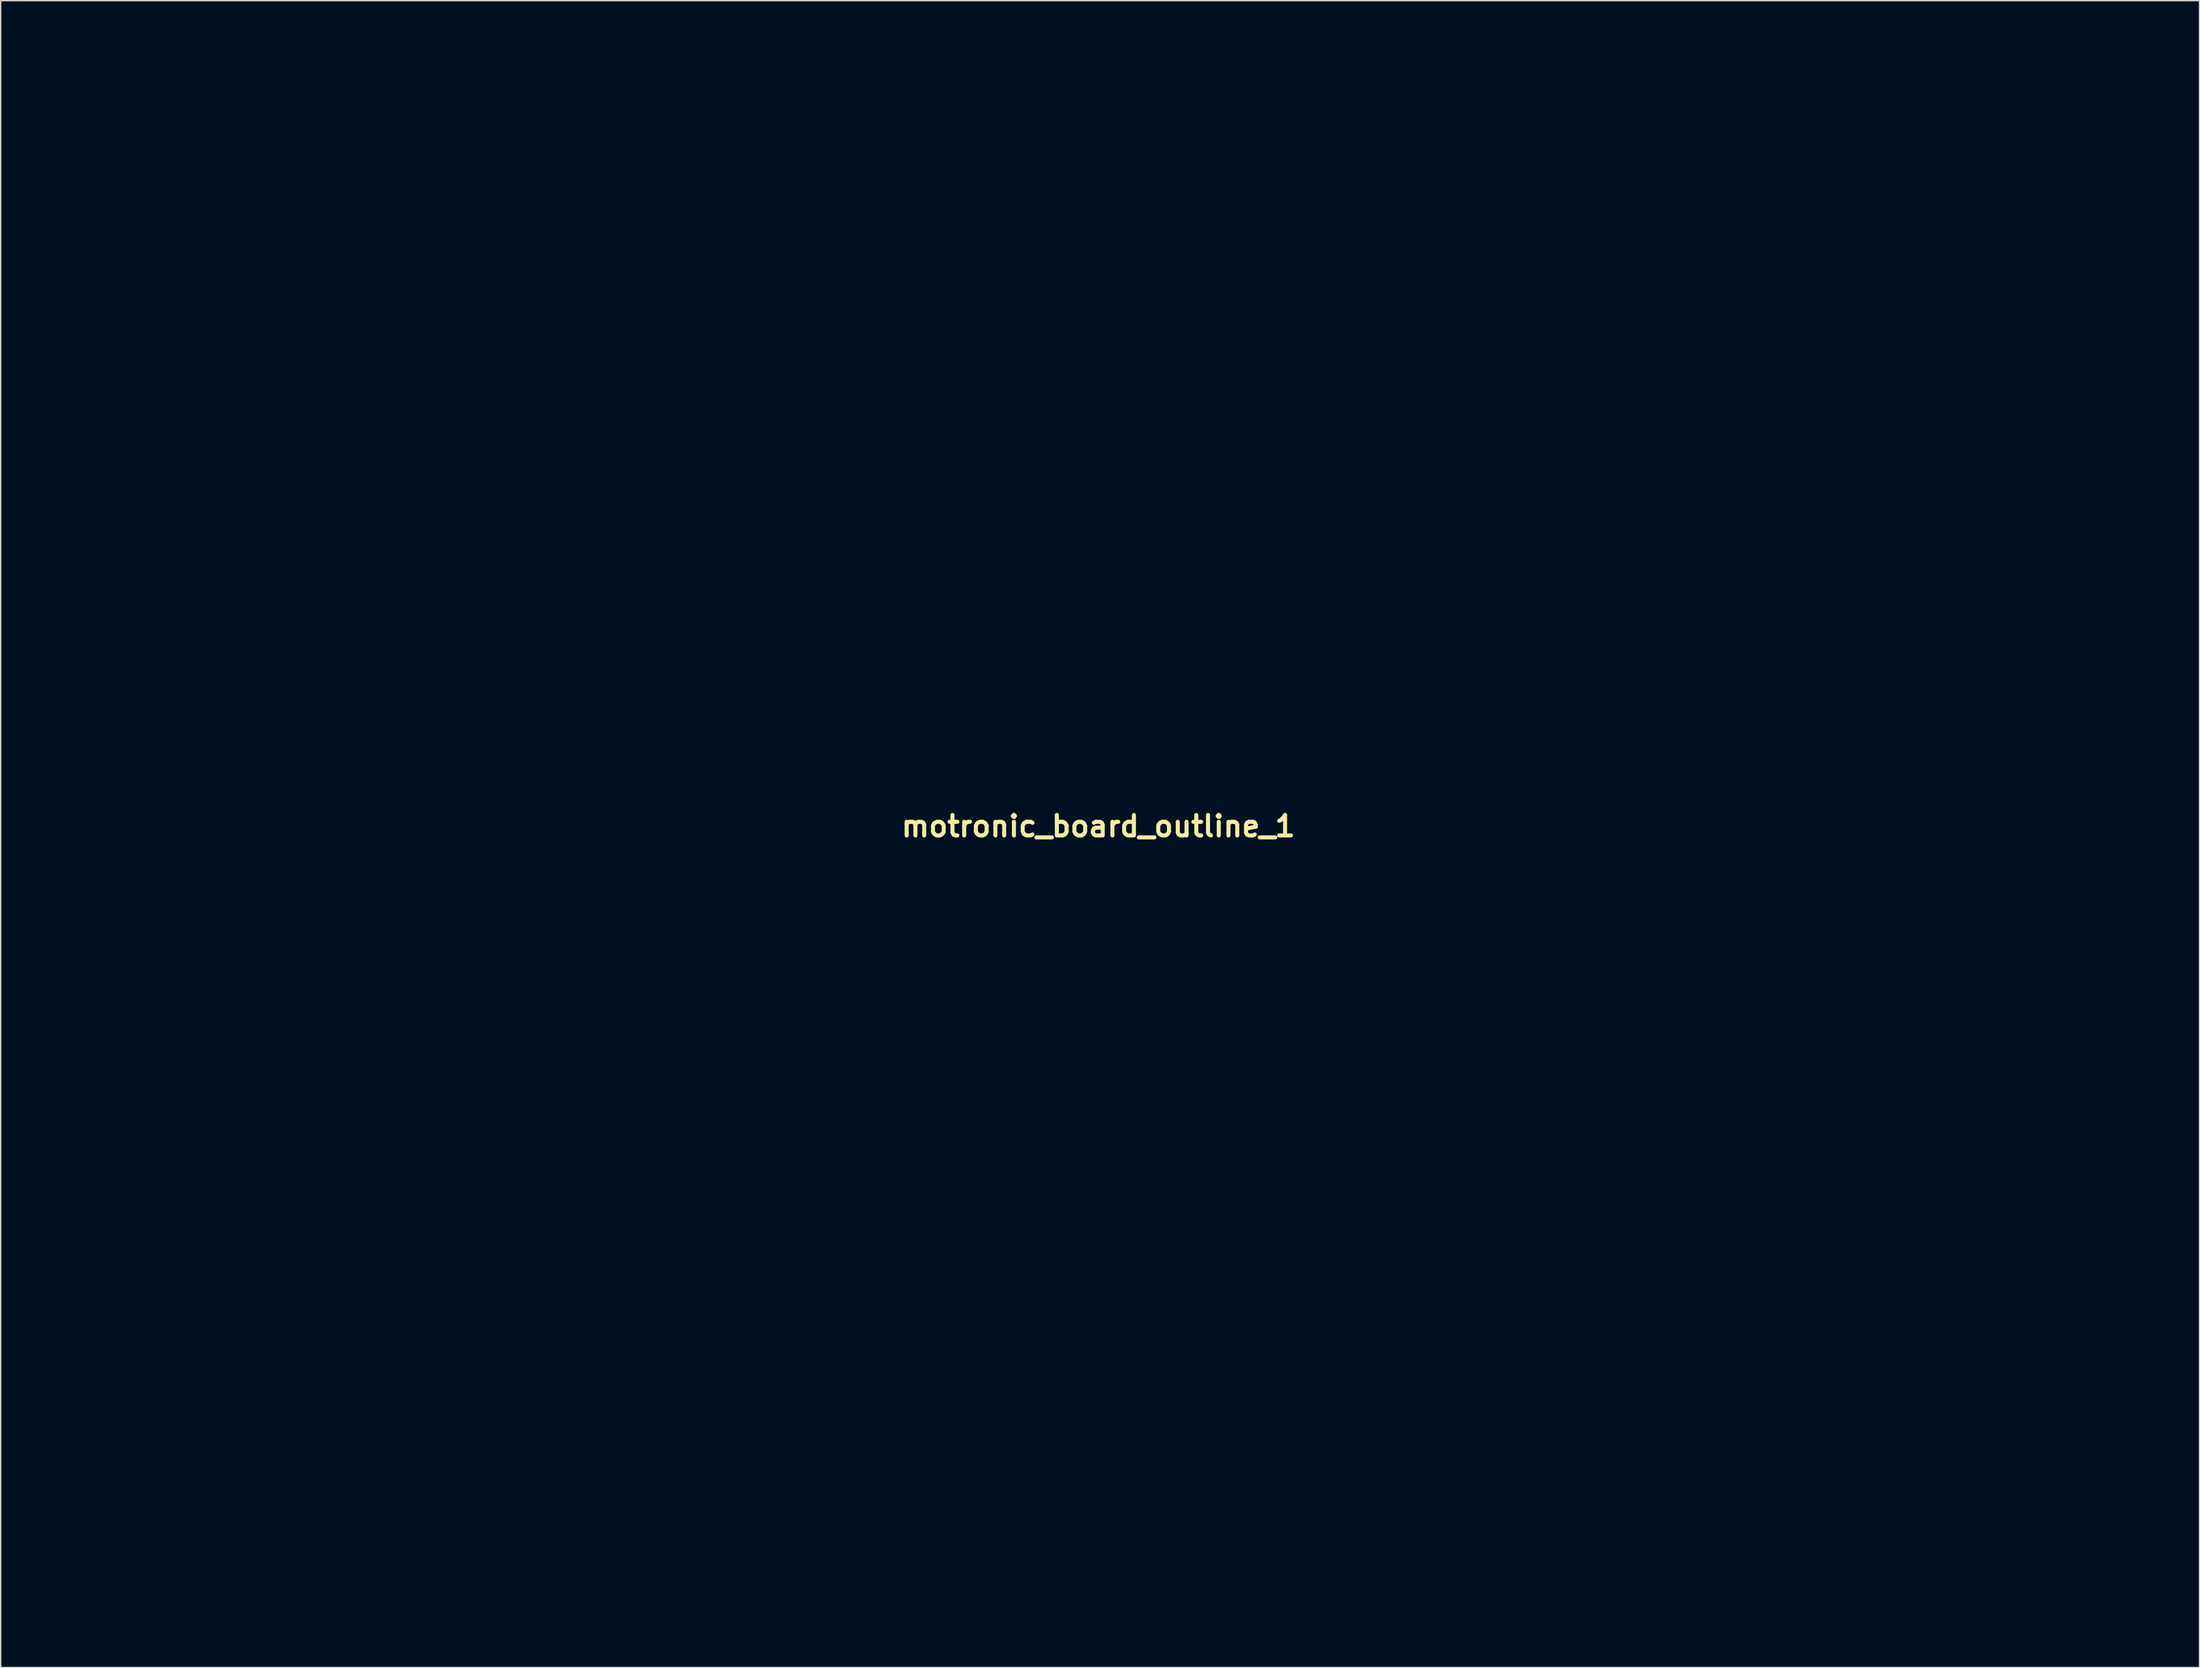
<source format=kicad_pcb>
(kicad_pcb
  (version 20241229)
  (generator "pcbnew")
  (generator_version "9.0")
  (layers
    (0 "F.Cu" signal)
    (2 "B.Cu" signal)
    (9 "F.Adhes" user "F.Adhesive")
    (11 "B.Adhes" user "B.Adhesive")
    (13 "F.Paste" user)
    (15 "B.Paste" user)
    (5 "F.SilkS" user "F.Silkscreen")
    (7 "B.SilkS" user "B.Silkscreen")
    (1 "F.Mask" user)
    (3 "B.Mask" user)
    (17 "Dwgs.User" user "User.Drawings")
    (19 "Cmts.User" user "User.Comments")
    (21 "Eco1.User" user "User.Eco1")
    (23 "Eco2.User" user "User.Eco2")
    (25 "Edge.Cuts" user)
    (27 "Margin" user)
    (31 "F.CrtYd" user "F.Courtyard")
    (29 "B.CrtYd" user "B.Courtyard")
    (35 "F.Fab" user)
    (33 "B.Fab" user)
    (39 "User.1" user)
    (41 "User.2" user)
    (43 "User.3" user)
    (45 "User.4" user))
  (footprint "motronic_board_outline_1"
    (layer "F.Cu")
    (at 78.674 58.449)
    (property "Reference" "motronic_board_outline_1" (at 0 0 0) (layer "F.SilkS") (effects (font (size 1.524 1.524) (thickness 0.3))))
    (attr through_hole)
    (fp_poly (pts (xy 69.262 -52.035) (xy 69.203 -51.976) (xy 69.144 -52.035) (xy 69.203 -52.094) (xy 69.262 -52.035)) (stroke (width 0.01) (type solid)) (fill no) (layer "Eco1.User"))
    (fp_poly (pts (xy 72.79 -50.859) (xy 72.731 -50.8) (xy 72.672 -50.859) (xy 72.731 -50.918) (xy 72.79 -50.859)) (stroke (width 0.01) (type solid)) (fill no) (layer "Eco1.User"))
    (fp_poly (pts (xy 65.188 2.455) (xy 65.205 2.469) (xy 65.351 2.61) (xy 65.381 2.66) (xy 65.285 2.7) (xy 65.205 2.705) (xy 65.053 2.609) (xy 65.029 2.514) (xy 65.06 2.389) (xy 65.188 2.455)) (stroke (width 0.01) (type solid)) (fill no) (layer "Eco1.User"))
    (fp_poly (pts (xy 70.058 -51.218) (xy 70.203 -51.094) (xy 70.376 -50.924) (xy 70.438 -50.841) (xy 70.339 -50.808) (xy 70.203 -50.8) (xy 70.009 -50.88) (xy 69.968 -51.053) (xy 69.98 -51.225) (xy 70.058 -51.218)) (stroke (width 0.01) (type solid)) (fill no) (layer "Eco1.User"))
    (fp_poly (pts (xy -14.229 50.029) (xy -14.331 50.427) (xy -14.605 50.701) (xy -14.993 50.8) (xy -15.274 50.734) (xy -15.496 50.617) (xy -15.705 50.359) (xy -15.757 50.029) (xy -15.757 49.624) (xy -14.229 49.624) (xy -14.229 50.029)) (stroke (width 0.01) (type solid)) (fill no) (layer "Eco1.User"))
    (fp_poly (pts (xy 4.939 50.029) (xy 4.837 50.427) (xy 4.562 50.701) (xy 4.175 50.8) (xy 3.894 50.734) (xy 3.672 50.617) (xy 3.463 50.359) (xy 3.41 50.029) (xy 3.41 49.624) (xy 4.939 49.624) (xy 4.939 50.029)) (stroke (width 0.01) (type solid)) (fill no) (layer "Eco1.User"))
    (fp_poly (pts (xy -4.586 49.977) (xy -4.666 50.322) (xy -4.821 50.565) (xy -5.118 50.742) (xy -5.409 50.8) (xy -5.755 50.72) (xy -5.997 50.565) (xy -6.174 50.268) (xy -6.232 49.977) (xy -6.232 49.624) (xy -4.586 49.624) (xy -4.586 49.977)) (stroke (width 0.01) (type solid)) (fill no) (layer "Eco1.User"))
    (fp_poly (pts (xy 7.82 49.65) (xy 8.099 49.741) (xy 8.2 49.915) (xy 8.151 50.183) (xy 7.912 50.573) (xy 7.567 50.774) (xy 7.164 50.769) (xy 6.847 50.617) (xy 6.638 50.359) (xy 6.585 50.029) (xy 6.585 49.624) (xy 7.337 49.624) (xy 7.82 49.65)) (stroke (width 0.01) (type solid)) (fill no) (layer "Eco1.User"))
    (fp_poly (pts (xy -17.404 50.029) (xy -17.475 50.403) (xy -17.665 50.617) (xy -18.038 50.774) (xy -18.415 50.77) (xy -18.709 50.606) (xy -18.72 50.594) (xy -18.951 50.22) (xy -18.996 49.877) (xy -18.975 49.8) (xy -18.865 49.696) (xy -18.606 49.641) (xy -18.157 49.624) (xy -17.404 49.624) (xy -17.404 50.029)) (stroke (width 0.01) (type solid)) (fill no) (layer "Eco1.User"))
    (fp_poly (pts (xy -16.189 50.621) (xy -15.912 50.868) (xy -15.776 51.203) (xy -15.807 51.567) (xy -15.993 51.858) (xy -16.319 52.051) (xy -16.7 52.094) (xy -17.048 51.989) (xy -17.221 51.832) (xy -17.381 51.437) (xy -17.347 51.053) (xy -17.145 50.74) (xy -16.803 50.553) (xy -16.581 50.526) (xy -16.189 50.621)) (stroke (width 0.01) (type solid)) (fill no) (layer "Eco1.User"))
    (fp_poly (pts (xy -16.123 43.841) (xy -15.853 44.112) (xy -15.757 44.529) (xy -15.856 44.919) (xy -16.137 45.174) (xy -16.574 45.273) (xy -16.613 45.273) (xy -16.985 45.212) (xy -17.221 45.012) (xy -17.384 44.613) (xy -17.342 44.238) (xy -17.123 43.938) (xy -16.755 43.766) (xy -16.54 43.744) (xy -16.123 43.841)) (stroke (width 0.01) (type solid)) (fill no) (layer "Eco1.User"))
    (fp_poly (pts (xy -13.004 50.621) (xy -12.717 50.873) (xy -12.591 51.226) (xy -12.653 51.628) (xy -12.765 51.832) (xy -13.038 52.038) (xy -13.406 52.096) (xy -13.78 52.007) (xy -13.994 51.858) (xy -14.191 51.522) (xy -14.199 51.157) (xy -14.045 50.827) (xy -13.755 50.597) (xy -13.425 50.526) (xy -13.004 50.621)) (stroke (width 0.01) (type solid)) (fill no) (layer "Eco1.User"))
    (fp_poly (pts (xy 6.164 50.623) (xy 6.442 50.878) (xy 6.567 51.232) (xy 6.512 51.629) (xy 6.402 51.832) (xy 6.13 52.038) (xy 5.761 52.096) (xy 5.388 52.007) (xy 5.174 51.858) (xy 4.974 51.521) (xy 4.966 51.157) (xy 5.122 50.83) (xy 5.415 50.599) (xy 5.762 50.526) (xy 6.164 50.623)) (stroke (width 0.01) (type solid)) (fill no) (layer "Eco1.User"))
    (fp_poly (pts (xy 9.339 50.621) (xy 9.626 50.873) (xy 9.752 51.226) (xy 9.689 51.628) (xy 9.577 51.832) (xy 9.305 52.038) (xy 8.936 52.096) (xy 8.563 52.007) (xy 8.349 51.858) (xy 8.152 51.522) (xy 8.144 51.157) (xy 8.298 50.827) (xy 8.587 50.597) (xy 8.917 50.526) (xy 9.339 50.621)) (stroke (width 0.01) (type solid)) (fill no) (layer "Eco1.User"))
    (fp_poly (pts (xy 17.756 49.971) (xy 17.66 50.374) (xy 17.411 50.652) (xy 17.07 50.783) (xy 16.696 50.744) (xy 16.356 50.518) (xy 16.161 50.203) (xy 16.13 49.959) (xy 16.17 49.811) (xy 16.276 49.724) (xy 16.5 49.677) (xy 16.899 49.651) (xy 16.963 49.648) (xy 17.756 49.613) (xy 17.756 49.971)) (stroke (width 0.01) (type solid)) (fill no) (layer "Eco1.User"))
    (fp_poly (pts (xy 18.96 43.837) (xy 19.256 44.081) (xy 19.388 44.425) (xy 19.327 44.819) (xy 19.22 45.012) (xy 18.954 45.209) (xy 18.586 45.281) (xy 18.212 45.223) (xy 17.951 45.058) (xy 17.768 44.709) (xy 17.775 44.34) (xy 17.944 44.014) (xy 18.245 43.797) (xy 18.528 43.744) (xy 18.96 43.837)) (stroke (width 0.01) (type solid)) (fill no) (layer "Eco1.User"))
    (fp_poly (pts (xy 25.35 43.841) (xy 25.616 44.089) (xy 25.752 44.422) (xy 25.732 44.776) (xy 25.538 45.079) (xy 25.217 45.242) (xy 24.831 45.271) (xy 24.478 45.171) (xy 24.29 45.012) (xy 24.125 44.613) (xy 24.167 44.238) (xy 24.387 43.939) (xy 24.757 43.767) (xy 24.982 43.744) (xy 25.35 43.841)) (stroke (width 0.01) (type solid)) (fill no) (layer "Eco1.User"))
    (fp_poly (pts (xy 47.73 43.841) (xy 48 44.112) (xy 48.095 44.529) (xy 47.997 44.919) (xy 47.716 45.174) (xy 47.279 45.273) (xy 47.24 45.273) (xy 46.868 45.212) (xy 46.632 45.012) (xy 46.469 44.613) (xy 46.511 44.238) (xy 46.73 43.938) (xy 47.098 43.766) (xy 47.313 43.744) (xy 47.73 43.841)) (stroke (width 0.01) (type solid)) (fill no) (layer "Eco1.User"))
    (fp_poly (pts (xy -50.591 49.899) (xy -50.261 50.122) (xy -50.214 50.178) (xy -50.035 50.565) (xy -50.083 50.954) (xy -50.348 51.3) (xy -50.69 51.483) (xy -51.051 51.442) (xy -51.212 51.365) (xy -51.483 51.158) (xy -51.602 50.887) (xy -51.621 50.612) (xy -51.528 50.231) (xy -51.285 49.973) (xy -50.952 49.856) (xy -50.591 49.899)) (stroke (width 0.01) (type solid)) (fill no) (layer "Eco1.User"))
    (fp_poly (pts (xy -47.9 50.003) (xy -47.82 50.074) (xy -47.644 50.414) (xy -47.641 50.794) (xy -47.782 51.147) (xy -48.042 51.406) (xy -48.389 51.506) (xy -48.694 51.424) (xy -48.919 51.27) (xy -49.103 50.949) (xy -49.148 50.559) (xy -49.052 50.2) (xy -48.939 50.054) (xy -48.616 49.893) (xy -48.234 49.877) (xy -47.9 50.003)) (stroke (width 0.01) (type solid)) (fill no) (layer "Eco1.User"))
    (fp_poly (pts (xy -45.515 49.958) (xy -45.251 50.233) (xy -45.156 50.655) (xy -45.156 50.658) (xy -45.252 51.067) (xy -45.501 51.35) (xy -45.846 51.478) (xy -46.228 51.424) (xy -46.456 51.289) (xy -46.684 50.977) (xy -46.73 50.616) (xy -46.616 50.269) (xy -46.367 49.997) (xy -46.005 49.864) (xy -45.92 49.859) (xy -45.515 49.958)) (stroke (width 0.01) (type solid)) (fill no) (layer "Eco1.User"))
    (fp_poly (pts (xy -44.773 43.907) (xy -44.685 43.98) (xy -44.48 44.332) (xy -44.493 44.731) (xy -44.633 45.012) (xy -44.898 45.209) (xy -45.267 45.281) (xy -45.641 45.223) (xy -45.902 45.058) (xy -46.062 44.735) (xy -46.078 44.354) (xy -45.952 44.019) (xy -45.881 43.939) (xy -45.544 43.775) (xy -45.139 43.765) (xy -44.773 43.907)) (stroke (width 0.01) (type solid)) (fill no) (layer "Eco1.User"))
    (fp_poly (pts (xy -28.23 50.032) (xy -28.162 50.096) (xy -27.963 50.447) (xy -27.949 50.801) (xy -28.08 51.119) (xy -28.321 51.359) (xy -28.632 51.481) (xy -28.976 51.445) (xy -29.258 51.266) (xy -29.46 50.945) (xy -29.513 50.557) (xy -29.415 50.199) (xy -29.301 50.054) (xy -28.965 49.888) (xy -28.573 49.882) (xy -28.23 50.032)) (stroke (width 0.01) (type solid)) (fill no) (layer "Eco1.User"))
    (fp_poly (pts (xy -25.793 50.003) (xy -25.712 50.074) (xy -25.537 50.414) (xy -25.534 50.794) (xy -25.675 51.147) (xy -25.935 51.406) (xy -26.282 51.506) (xy -26.586 51.424) (xy -26.811 51.27) (xy -26.996 50.949) (xy -27.041 50.559) (xy -26.944 50.2) (xy -26.831 50.054) (xy -26.509 49.893) (xy -26.127 49.877) (xy -25.793 50.003)) (stroke (width 0.01) (type solid)) (fill no) (layer "Eco1.User"))
    (fp_poly (pts (xy -23.433 49.944) (xy -23.173 50.189) (xy -23.052 50.563) (xy -23.05 50.633) (xy -23.098 51.001) (xy -23.273 51.239) (xy -23.481 51.37) (xy -23.844 51.495) (xy -24.15 51.423) (xy -24.324 51.3) (xy -24.591 50.949) (xy -24.636 50.56) (xy -24.457 50.178) (xy -24.136 49.919) (xy -23.774 49.848) (xy -23.433 49.944)) (stroke (width 0.01) (type solid)) (fill no) (layer "Eco1.User"))
    (fp_poly (pts (xy -20.579 49.971) (xy -20.673 50.371) (xy -20.916 50.649) (xy -21.248 50.785) (xy -21.609 50.756) (xy -21.938 50.541) (xy -21.987 50.484) (xy -22.149 50.197) (xy -22.202 49.936) (xy -22.201 49.925) (xy -22.155 49.794) (xy -22.029 49.715) (xy -21.769 49.672) (xy -21.372 49.648) (xy -20.579 49.613) (xy -20.579 49.971)) (stroke (width 0.01) (type solid)) (fill no) (layer "Eco1.User"))
    (fp_poly (pts (xy -19.353 50.631) (xy -19.065 50.906) (xy -18.934 51.287) (xy -18.932 51.342) (xy -19.032 51.683) (xy -19.286 51.936) (xy -19.626 52.079) (xy -19.986 52.087) (xy -20.299 51.94) (xy -20.396 51.832) (xy -20.564 51.427) (xy -20.53 51.043) (xy -20.321 50.733) (xy -19.964 50.551) (xy -19.736 50.526) (xy -19.353 50.631)) (stroke (width 0.01) (type solid)) (fill no) (layer "Eco1.User"))
    (fp_poly (pts (xy -11.789 49.648) (xy -11.361 49.675) (xy -11.116 49.721) (xy -10.999 49.803) (xy -10.96 49.925) (xy -11.006 50.181) (xy -11.164 50.47) (xy -11.175 50.484) (xy -11.503 50.738) (xy -11.887 50.793) (xy -12.256 50.644) (xy -12.347 50.565) (xy -12.526 50.264) (xy -12.582 49.971) (xy -12.582 49.613) (xy -11.789 49.648)) (stroke (width 0.01) (type solid)) (fill no) (layer "Eco1.User"))
    (fp_poly (pts (xy -8.614 49.648) (xy -8.186 49.675) (xy -7.941 49.721) (xy -7.824 49.803) (xy -7.785 49.925) (xy -7.831 50.181) (xy -7.989 50.47) (xy -8 50.484) (xy -8.328 50.738) (xy -8.712 50.793) (xy -9.081 50.644) (xy -9.172 50.565) (xy -9.351 50.264) (xy -9.407 49.971) (xy -9.407 49.613) (xy -8.614 49.648)) (stroke (width 0.01) (type solid)) (fill no) (layer "Eco1.User"))
    (fp_poly (pts (xy -3.21 43.868) (xy -3.142 43.968) (xy -2.964 44.393) (xy -2.989 44.761) (xy -3.123 45.012) (xy -3.388 45.209) (xy -3.757 45.281) (xy -4.131 45.223) (xy -4.391 45.058) (xy -4.57 44.704) (xy -4.559 44.307) (xy -4.367 43.955) (xy -4.276 43.871) (xy -3.873 43.655) (xy -3.508 43.655) (xy -3.21 43.868)) (stroke (width 0.01) (type solid)) (fill no) (layer "Eco1.User"))
    (fp_poly (pts (xy -1.411 49.971) (xy -1.505 50.371) (xy -1.749 50.649) (xy -2.08 50.785) (xy -2.441 50.756) (xy -2.77 50.541) (xy -2.819 50.484) (xy -2.981 50.197) (xy -3.034 49.936) (xy -3.033 49.925) (xy -2.987 49.794) (xy -2.861 49.715) (xy -2.601 49.672) (xy -2.205 49.648) (xy -1.411 49.613) (xy -1.411 49.971)) (stroke (width 0.01) (type solid)) (fill no) (layer "Eco1.User"))
    (fp_poly (pts (xy -0.3 50.562) (xy 0.026 50.794) (xy 0.185 51.135) (xy 0.165 51.521) (xy -0.043 51.884) (xy -0.067 51.909) (xy -0.362 52.059) (xy -0.739 52.082) (xy -1.086 51.98) (xy -1.216 51.878) (xy -1.401 51.532) (xy -1.396 51.169) (xy -1.239 50.844) (xy -0.964 50.606) (xy -0.609 50.508) (xy -0.3 50.562)) (stroke (width 0.01) (type solid)) (fill no) (layer "Eco1.User"))
    (fp_poly (pts (xy 2.99 50.631) (xy 3.278 50.906) (xy 3.408 51.287) (xy 3.41 51.342) (xy 3.311 51.683) (xy 3.057 51.936) (xy 2.717 52.079) (xy 2.356 52.087) (xy 2.044 51.94) (xy 1.947 51.832) (xy 1.779 51.427) (xy 1.812 51.043) (xy 2.021 50.733) (xy 2.378 50.551) (xy 2.607 50.526) (xy 2.99 50.631)) (stroke (width 0.01) (type solid)) (fill no) (layer "Eco1.User"))
    (fp_poly (pts (xy 10.554 49.648) (xy 10.981 49.675) (xy 11.227 49.721) (xy 11.343 49.803) (xy 11.382 49.925) (xy 11.337 50.181) (xy 11.179 50.47) (xy 11.168 50.484) (xy 10.839 50.738) (xy 10.455 50.793) (xy 10.086 50.644) (xy 9.995 50.565) (xy 9.817 50.264) (xy 9.76 49.971) (xy 9.76 49.613) (xy 10.554 49.648)) (stroke (width 0.01) (type solid)) (fill no) (layer "Eco1.User"))
    (fp_poly (pts (xy 13.729 49.648) (xy 14.153 49.673) (xy 14.396 49.716) (xy 14.513 49.797) (xy 14.558 49.937) (xy 14.562 49.959) (xy 14.51 50.304) (xy 14.292 50.573) (xy 13.97 50.738) (xy 13.607 50.771) (xy 13.266 50.645) (xy 13.17 50.565) (xy 12.992 50.264) (xy 12.935 49.971) (xy 12.935 49.613) (xy 13.729 49.648)) (stroke (width 0.01) (type solid)) (fill no) (layer "Eco1.User"))
    (fp_poly (pts (xy 20.931 49.971) (xy 20.837 50.371) (xy 20.594 50.649) (xy 20.262 50.785) (xy 19.902 50.756) (xy 19.573 50.541) (xy 19.524 50.484) (xy 19.361 50.197) (xy 19.308 49.936) (xy 19.309 49.925) (xy 19.355 49.794) (xy 19.482 49.715) (xy 19.742 49.672) (xy 20.138 49.648) (xy 20.931 49.613) (xy 20.931 49.971)) (stroke (width 0.01) (type solid)) (fill no) (layer "Eco1.User"))
    (fp_poly (pts (xy 22.191 50.658) (xy 22.431 50.899) (xy 22.553 51.21) (xy 22.517 51.553) (xy 22.338 51.836) (xy 22.017 52.037) (xy 21.63 52.091) (xy 21.271 51.993) (xy 21.126 51.878) (xy 20.96 51.543) (xy 20.954 51.151) (xy 21.104 50.808) (xy 21.168 50.74) (xy 21.519 50.541) (xy 21.873 50.526) (xy 22.191 50.658)) (stroke (width 0.01) (type solid)) (fill no) (layer "Eco1.User"))
    (fp_poly (pts (xy 37.858 43.768) (xy 38.212 43.915) (xy 38.471 44.181) (xy 38.57 44.531) (xy 38.468 44.867) (xy 38.208 45.117) (xy 37.858 45.257) (xy 37.488 45.261) (xy 37.166 45.105) (xy 37.119 45.058) (xy 36.958 44.735) (xy 36.942 44.354) (xy 37.068 44.019) (xy 37.139 43.939) (xy 37.479 43.766) (xy 37.858 43.768)) (stroke (width 0.01) (type solid)) (fill no) (layer "Eco1.User"))
    (fp_poly (pts (xy 38.309 49.899) (xy 38.639 50.122) (xy 38.686 50.178) (xy 38.865 50.565) (xy 38.817 50.954) (xy 38.552 51.3) (xy 38.21 51.483) (xy 37.849 51.442) (xy 37.688 51.365) (xy 37.417 51.158) (xy 37.298 50.887) (xy 37.279 50.612) (xy 37.372 50.231) (xy 37.615 49.973) (xy 37.948 49.856) (xy 38.309 49.899)) (stroke (width 0.01) (type solid)) (fill no) (layer "Eco1.User"))
    (fp_poly (pts (xy 41 50.003) (xy 41.08 50.074) (xy 41.244 50.395) (xy 41.273 50.781) (xy 41.173 51.134) (xy 41.014 51.322) (xy 40.609 51.489) (xy 40.22 51.436) (xy 39.981 51.27) (xy 39.797 50.949) (xy 39.752 50.559) (xy 39.848 50.2) (xy 39.961 50.054) (xy 40.284 49.893) (xy 40.666 49.877) (xy 41 50.003)) (stroke (width 0.01) (type solid)) (fill no) (layer "Eco1.User"))
    (fp_poly (pts (xy 45.829 49.944) (xy 46.089 50.189) (xy 46.21 50.563) (xy 46.212 50.633) (xy 46.164 51.001) (xy 45.989 51.239) (xy 45.781 51.37) (xy 45.418 51.495) (xy 45.112 51.423) (xy 44.938 51.3) (xy 44.671 50.949) (xy 44.626 50.56) (xy 44.805 50.178) (xy 45.126 49.919) (xy 45.488 49.848) (xy 45.829 49.944)) (stroke (width 0.01) (type solid)) (fill no) (layer "Eco1.User"))
    (fp_poly (pts (xy 50.725 49.954) (xy 51.001 50.197) (xy 51.137 50.529) (xy 51.11 50.889) (xy 50.898 51.215) (xy 50.843 51.262) (xy 50.469 51.471) (xy 50.133 51.456) (xy 49.795 51.217) (xy 49.795 51.217) (xy 49.568 50.858) (xy 49.537 50.485) (xy 49.681 50.157) (xy 49.975 49.93) (xy 50.33 49.859) (xy 50.725 49.954)) (stroke (width 0.01) (type solid)) (fill no) (layer "Eco1.User"))
    (fp_poly (pts (xy -53.053 49.901) (xy -52.737 50.114) (xy -52.69 50.169) (xy -52.481 50.543) (xy -52.495 50.879) (xy -52.735 51.217) (xy -52.735 51.217) (xy -53.073 51.456) (xy -53.408 51.471) (xy -53.782 51.262) (xy -53.783 51.262) (xy -54.037 50.938) (xy -54.075 50.534) (xy -53.956 50.159) (xy -53.737 49.923) (xy -53.411 49.838) (xy -53.053 49.901)) (stroke (width 0.01) (type solid)) (fill no) (layer "Eco1.User"))
    (fp_poly (pts (xy -51.193 43.888) (xy -51.112 43.959) (xy -50.957 44.273) (xy -50.929 44.654) (xy -51.03 44.994) (xy -51.102 45.088) (xy -51.397 45.239) (xy -51.774 45.262) (xy -52.121 45.159) (xy -52.252 45.058) (xy -52.412 44.735) (xy -52.428 44.354) (xy -52.302 44.019) (xy -52.231 43.939) (xy -51.909 43.779) (xy -51.527 43.762) (xy -51.193 43.888)) (stroke (width 0.01) (type solid)) (fill no) (layer "Eco1.User"))
    (fp_poly (pts (xy -48.079 43.805) (xy -48.025 43.834) (xy -47.816 44.075) (xy -47.687 44.403) (xy -47.685 44.689) (xy -47.894 45.024) (xy -48.222 45.229) (xy -48.597 45.283) (xy -48.947 45.169) (xy -49.077 45.058) (xy -49.237 44.735) (xy -49.253 44.354) (xy -49.127 44.019) (xy -49.056 43.939) (xy -48.769 43.796) (xy -48.401 43.747) (xy -48.079 43.805)) (stroke (width 0.01) (type solid)) (fill no) (layer "Eco1.User"))
    (fp_poly (pts (xy -43.109 49.955) (xy -42.835 50.2) (xy -42.702 50.533) (xy -42.731 50.893) (xy -42.945 51.218) (xy -42.996 51.262) (xy -43.37 51.471) (xy -43.706 51.456) (xy -44.044 51.217) (xy -44.044 51.217) (xy -44.283 50.879) (xy -44.298 50.543) (xy -44.089 50.169) (xy -44.089 50.169) (xy -43.764 49.91) (xy -43.501 49.859) (xy -43.109 49.955)) (stroke (width 0.01) (type solid)) (fill no) (layer "Eco1.User"))
    (fp_poly (pts (xy -41.727 43.793) (xy -41.492 43.96) (xy -41.458 44.006) (xy -41.286 44.412) (xy -41.32 44.79) (xy -41.532 45.088) (xy -41.898 45.254) (xy -42.098 45.273) (xy -42.469 45.225) (xy -42.704 45.057) (xy -42.738 45.012) (xy -42.91 44.605) (xy -42.876 44.228) (xy -42.664 43.93) (xy -42.299 43.763) (xy -42.098 43.744) (xy -41.727 43.793)) (stroke (width 0.01) (type solid)) (fill no) (layer "Eco1.User"))
    (fp_poly (pts (xy -38.376 43.902) (xy -38.283 44.006) (xy -38.111 44.412) (xy -38.145 44.79) (xy -38.357 45.088) (xy -38.723 45.254) (xy -38.923 45.273) (xy -39.294 45.225) (xy -39.529 45.057) (xy -39.563 45.012) (xy -39.705 44.711) (xy -39.746 44.483) (xy -39.646 44.147) (xy -39.39 43.898) (xy -39.048 43.76) (xy -38.687 43.753) (xy -38.376 43.902)) (stroke (width 0.01) (type solid)) (fill no) (layer "Eco1.User"))
    (fp_poly (pts (xy -32.075 43.857) (xy -31.945 43.959) (xy -31.784 44.282) (xy -31.768 44.664) (xy -31.894 44.998) (xy -31.965 45.079) (xy -32.278 45.234) (xy -32.66 45.261) (xy -32.999 45.16) (xy -33.094 45.088) (xy -33.281 44.75) (xy -33.282 44.353) (xy -33.097 43.978) (xy -33.073 43.95) (xy -32.788 43.786) (xy -32.419 43.755) (xy -32.075 43.857)) (stroke (width 0.01) (type solid)) (fill no) (layer "Eco1.User"))
    (fp_poly (pts (xy -28.866 43.876) (xy -28.78 43.95) (xy -28.58 44.319) (xy -28.565 44.718) (xy -28.737 45.064) (xy -28.76 45.088) (xy -29.054 45.239) (xy -29.431 45.262) (xy -29.778 45.159) (xy -29.909 45.058) (xy -30.069 44.735) (xy -30.086 44.354) (xy -29.96 44.019) (xy -29.889 43.939) (xy -29.572 43.781) (xy -29.195 43.76) (xy -28.866 43.876)) (stroke (width 0.01) (type solid)) (fill no) (layer "Eco1.User"))
    (fp_poly (pts (xy -22.55 43.837) (xy -22.254 44.081) (xy -22.123 44.425) (xy -22.184 44.819) (xy -22.29 45.012) (xy -22.51 45.204) (xy -22.85 45.272) (xy -22.931 45.273) (xy -23.301 45.225) (xy -23.536 45.057) (xy -23.571 45.012) (xy -23.736 44.616) (xy -23.707 44.239) (xy -23.511 43.937) (xy -23.173 43.765) (xy -22.983 43.744) (xy -22.55 43.837)) (stroke (width 0.01) (type solid)) (fill no) (layer "Eco1.User"))
    (fp_poly (pts (xy -19.385 43.793) (xy -19.15 43.96) (xy -19.115 44.006) (xy -18.944 44.412) (xy -18.977 44.79) (xy -19.19 45.088) (xy -19.555 45.254) (xy -19.756 45.273) (xy -20.126 45.225) (xy -20.361 45.057) (xy -20.396 45.012) (xy -20.567 44.605) (xy -20.534 44.228) (xy -20.322 43.93) (xy -19.956 43.763) (xy -19.756 43.744) (xy -19.385 43.793)) (stroke (width 0.01) (type solid)) (fill no) (layer "Eco1.User"))
    (fp_poly (pts (xy -13.165 43.774) (xy -12.851 43.897) (xy -12.777 43.959) (xy -12.617 44.282) (xy -12.6 44.664) (xy -12.726 44.998) (xy -12.797 45.079) (xy -13.106 45.232) (xy -13.484 45.263) (xy -13.82 45.169) (xy -13.919 45.096) (xy -14.132 44.742) (xy -14.158 44.349) (xy -14.001 43.993) (xy -13.829 43.834) (xy -13.532 43.749) (xy -13.165 43.774)) (stroke (width 0.01) (type solid)) (fill no) (layer "Eco1.User"))
    (fp_poly (pts (xy -9.801 50.646) (xy -9.546 50.899) (xy -9.405 51.223) (xy -9.414 51.568) (xy -9.605 51.883) (xy -9.622 51.899) (xy -9.935 52.054) (xy -10.317 52.082) (xy -10.656 51.981) (xy -10.751 51.909) (xy -10.975 51.55) (xy -11.008 51.164) (xy -10.862 50.817) (xy -10.549 50.575) (xy -10.518 50.562) (xy -10.137 50.517) (xy -9.801 50.646)) (stroke (width 0.01) (type solid)) (fill no) (layer "Eco1.User"))
    (fp_poly (pts (xy -9.682 43.888) (xy -9.602 43.959) (xy -9.442 44.282) (xy -9.425 44.664) (xy -9.551 44.998) (xy -9.622 45.079) (xy -9.935 45.234) (xy -10.317 45.261) (xy -10.657 45.16) (xy -10.751 45.088) (xy -10.902 44.794) (xy -10.925 44.417) (xy -10.822 44.07) (xy -10.721 43.939) (xy -10.398 43.779) (xy -10.016 43.762) (xy -9.682 43.888)) (stroke (width 0.01) (type solid)) (fill no) (layer "Eco1.User"))
    (fp_poly (pts (xy -6.569 43.805) (xy -6.515 43.834) (xy -6.306 44.075) (xy -6.177 44.403) (xy -6.175 44.689) (xy -6.384 45.024) (xy -6.712 45.229) (xy -7.087 45.283) (xy -7.437 45.169) (xy -7.566 45.058) (xy -7.727 44.735) (xy -7.743 44.354) (xy -7.617 44.019) (xy -7.546 43.939) (xy -7.259 43.796) (xy -6.891 43.747) (xy -6.569 43.805)) (stroke (width 0.01) (type solid)) (fill no) (layer "Eco1.User"))
    (fp_poly (pts (xy -6.558 50.679) (xy -6.427 50.78) (xy -6.267 51.103) (xy -6.25 51.484) (xy -6.376 51.819) (xy -6.447 51.899) (xy -6.764 52.057) (xy -7.141 52.078) (xy -7.47 51.962) (xy -7.556 51.888) (xy -7.756 51.519) (xy -7.771 51.12) (xy -7.599 50.774) (xy -7.576 50.75) (xy -7.282 50.599) (xy -6.905 50.576) (xy -6.558 50.679)) (stroke (width 0.01) (type solid)) (fill no) (layer "Eco1.User"))
    (fp_poly (pts (xy -3.543 50.559) (xy -3.245 50.777) (xy -3.056 51.096) (xy -3.022 51.426) (xy -3.045 51.506) (xy -3.296 51.931) (xy -3.607 52.172) (xy -3.941 52.218) (xy -4.259 52.056) (xy -4.388 51.911) (xy -4.557 51.503) (xy -4.524 51.082) (xy -4.298 50.72) (xy -4.211 50.647) (xy -3.957 50.495) (xy -3.732 50.491) (xy -3.543 50.559)) (stroke (width 0.01) (type solid)) (fill no) (layer "Eco1.User"))
    (fp_poly (pts (xy -0.217 43.793) (xy 0.018 43.96) (xy 0.052 44.006) (xy 0.224 44.412) (xy 0.19 44.79) (xy -0.022 45.088) (xy -0.388 45.254) (xy -0.588 45.273) (xy -0.959 45.225) (xy -1.194 45.057) (xy -1.228 45.012) (xy -1.4 44.605) (xy -1.366 44.228) (xy -1.154 43.93) (xy -0.788 43.763) (xy -0.588 43.744) (xy -0.217 43.793)) (stroke (width 0.01) (type solid)) (fill no) (layer "Eco1.User"))
    (fp_poly (pts (xy 3.042 43.839) (xy 3.294 44.101) (xy 3.374 44.496) (xy 3.347 44.71) (xy 3.24 45.036) (xy 3.057 45.206) (xy 2.734 45.267) (xy 2.564 45.271) (xy 2.195 45.217) (xy 1.958 45.028) (xy 1.947 45.012) (xy 1.782 44.612) (xy 1.824 44.238) (xy 2.044 43.94) (xy 2.415 43.768) (xy 2.643 43.744) (xy 3.042 43.839)) (stroke (width 0.01) (type solid)) (fill no) (layer "Eco1.User"))
    (fp_poly (pts (xy 6.128 43.728) (xy 6.391 43.986) (xy 6.547 44.334) (xy 6.567 44.702) (xy 6.424 45.022) (xy 6.37 45.079) (xy 6.049 45.242) (xy 5.664 45.271) (xy 5.31 45.171) (xy 5.122 45.012) (xy 4.98 44.714) (xy 4.939 44.489) (xy 5.037 44.175) (xy 5.279 43.876) (xy 5.586 43.671) (xy 5.784 43.627) (xy 6.128 43.728)) (stroke (width 0.01) (type solid)) (fill no) (layer "Eco1.User"))
    (fp_poly (pts (xy 9.178 43.774) (xy 9.492 43.897) (xy 9.566 43.959) (xy 9.726 44.282) (xy 9.742 44.664) (xy 9.616 44.998) (xy 9.545 45.079) (xy 9.237 45.232) (xy 8.859 45.263) (xy 8.523 45.169) (xy 8.424 45.096) (xy 8.211 44.742) (xy 8.185 44.349) (xy 8.341 43.993) (xy 8.514 43.834) (xy 8.81 43.749) (xy 9.178 43.774)) (stroke (width 0.01) (type solid)) (fill no) (layer "Eco1.User"))
    (fp_poly (pts (xy 12.31 50.525) (xy 12.67 50.749) (xy 12.888 51.076) (xy 12.945 51.443) (xy 12.821 51.786) (xy 12.72 51.899) (xy 12.433 52.042) (xy 12.065 52.091) (xy 11.743 52.033) (xy 11.689 52.004) (xy 11.463 51.734) (xy 11.347 51.363) (xy 11.359 51.092) (xy 11.525 50.814) (xy 11.817 50.6) (xy 12.143 50.504) (xy 12.31 50.525)) (stroke (width 0.01) (type solid)) (fill no) (layer "Eco1.User"))
    (fp_poly (pts (xy 15.461 50.512) (xy 15.789 50.644) (xy 16.02 50.847) (xy 16.106 51.144) (xy 16.08 51.511) (xy 15.958 51.825) (xy 15.895 51.899) (xy 15.572 52.059) (xy 15.191 52.076) (xy 14.856 51.95) (xy 14.776 51.878) (xy 14.592 51.522) (xy 14.598 51.131) (xy 14.771 50.778) (xy 15.093 50.534) (xy 15.166 50.507) (xy 15.461 50.512)) (stroke (width 0.01) (type solid)) (fill no) (layer "Eco1.User"))
    (fp_poly (pts (xy 18.797 50.558) (xy 19.112 50.786) (xy 19.292 51.053) (xy 19.374 51.329) (xy 19.317 51.549) (xy 19.203 51.719) (xy 18.895 51.977) (xy 18.519 52.081) (xy 18.155 52.022) (xy 17.948 51.875) (xy 17.783 51.535) (xy 17.8 51.144) (xy 17.986 50.785) (xy 18.131 50.647) (xy 18.386 50.495) (xy 18.611 50.492) (xy 18.797 50.558)) (stroke (width 0.01) (type solid)) (fill no) (layer "Eco1.User"))
    (fp_poly (pts (xy 22.125 43.793) (xy 22.36 43.96) (xy 22.395 44.006) (xy 22.566 44.412) (xy 22.533 44.79) (xy 22.321 45.088) (xy 21.955 45.254) (xy 21.755 45.273) (xy 21.384 45.225) (xy 21.149 45.057) (xy 21.115 45.012) (xy 20.943 44.605) (xy 20.976 44.228) (xy 21.189 43.93) (xy 21.554 43.763) (xy 21.755 43.744) (xy 22.125 43.793)) (stroke (width 0.01) (type solid)) (fill no) (layer "Eco1.User"))
    (fp_poly (pts (xy 24.106 50.029) (xy 24.011 50.413) (xy 23.764 50.677) (xy 23.429 50.798) (xy 23.068 50.758) (xy 22.742 50.535) (xy 22.704 50.49) (xy 22.52 50.232) (xy 22.469 50.045) (xy 22.525 49.828) (xy 22.532 49.81) (xy 22.633 49.702) (xy 22.865 49.644) (xy 23.276 49.624) (xy 23.355 49.624) (xy 24.106 49.624) (xy 24.106 50.029)) (stroke (width 0.01) (type solid)) (fill no) (layer "Eco1.User"))
    (fp_poly (pts (xy 26.153 49.955) (xy 26.427 50.2) (xy 26.56 50.533) (xy 26.531 50.893) (xy 26.317 51.218) (xy 26.266 51.262) (xy 25.892 51.471) (xy 25.556 51.456) (xy 25.218 51.217) (xy 25.218 51.217) (xy 24.979 50.879) (xy 24.964 50.543) (xy 25.173 50.169) (xy 25.173 50.169) (xy 25.498 49.91) (xy 25.761 49.859) (xy 26.153 49.955)) (stroke (width 0.01) (type solid)) (fill no) (layer "Eco1.User"))
    (fp_poly (pts (xy 31.159 50.01) (xy 31.416 50.269) (xy 31.515 50.629) (xy 31.421 50.943) (xy 31.189 51.245) (xy 30.894 51.456) (xy 30.692 51.506) (xy 30.442 51.426) (xy 30.172 51.232) (xy 30.157 51.217) (xy 29.92 50.848) (xy 29.895 50.463) (xy 30.086 50.112) (xy 30.104 50.094) (xy 30.438 49.898) (xy 30.812 49.878) (xy 31.159 50.01)) (stroke (width 0.01) (type solid)) (fill no) (layer "Eco1.User"))
    (fp_poly (pts (xy 31.828 43.888) (xy 31.908 43.959) (xy 32.069 44.282) (xy 32.085 44.664) (xy 31.959 44.998) (xy 31.888 45.079) (xy 31.575 45.234) (xy 31.193 45.261) (xy 30.853 45.16) (xy 30.759 45.088) (xy 30.608 44.794) (xy 30.586 44.417) (xy 30.688 44.07) (xy 30.789 43.939) (xy 31.112 43.779) (xy 31.494 43.762) (xy 31.828 43.888)) (stroke (width 0.01) (type solid)) (fill no) (layer "Eco1.User"))
    (fp_poly (pts (xy 35.003 43.888) (xy 35.083 43.959) (xy 35.238 44.273) (xy 35.266 44.654) (xy 35.165 44.994) (xy 35.093 45.088) (xy 34.799 45.239) (xy 34.421 45.262) (xy 34.074 45.159) (xy 33.944 45.058) (xy 33.783 44.735) (xy 33.767 44.354) (xy 33.893 44.019) (xy 33.964 43.939) (xy 34.287 43.779) (xy 34.669 43.762) (xy 35.003 43.888)) (stroke (width 0.01) (type solid)) (fill no) (layer "Eco1.User"))
    (fp_poly (pts (xy 35.841 49.904) (xy 36.167 50.118) (xy 36.21 50.169) (xy 36.419 50.543) (xy 36.405 50.879) (xy 36.165 51.217) (xy 36.165 51.217) (xy 35.827 51.456) (xy 35.492 51.471) (xy 35.118 51.262) (xy 35.117 51.262) (xy 34.858 50.937) (xy 34.807 50.674) (xy 34.903 50.282) (xy 35.148 50.009) (xy 35.481 49.875) (xy 35.841 49.904)) (stroke (width 0.01) (type solid)) (fill no) (layer "Eco1.User"))
    (fp_poly (pts (xy 41.303 43.837) (xy 41.599 44.081) (xy 41.73 44.425) (xy 41.669 44.819) (xy 41.562 45.012) (xy 41.343 45.204) (xy 41.003 45.272) (xy 40.922 45.273) (xy 40.551 45.225) (xy 40.316 45.057) (xy 40.282 45.012) (xy 40.117 44.616) (xy 40.145 44.239) (xy 40.341 43.937) (xy 40.68 43.765) (xy 40.87 43.744) (xy 41.303 43.837)) (stroke (width 0.01) (type solid)) (fill no) (layer "Eco1.User"))
    (fp_poly (pts (xy 43.391 49.96) (xy 43.65 50.239) (xy 43.744 50.66) (xy 43.744 50.662) (xy 43.648 51.08) (xy 43.397 51.365) (xy 43.046 51.488) (xy 42.65 51.42) (xy 42.477 51.322) (xy 42.281 51.096) (xy 42.216 50.743) (xy 42.216 50.694) (xy 42.302 50.25) (xy 42.555 49.967) (xy 42.96 49.86) (xy 43.001 49.859) (xy 43.391 49.96)) (stroke (width 0.01) (type solid)) (fill no) (layer "Eco1.User"))
    (fp_poly (pts (xy 44.468 43.793) (xy 44.703 43.96) (xy 44.737 44.006) (xy 44.909 44.412) (xy 44.876 44.79) (xy 44.663 45.088) (xy 44.298 45.254) (xy 44.097 45.273) (xy 43.726 45.225) (xy 43.491 45.057) (xy 43.457 45.012) (xy 43.286 44.605) (xy 43.319 44.228) (xy 43.531 43.93) (xy 43.897 43.763) (xy 44.097 43.744) (xy 44.468 43.793)) (stroke (width 0.01) (type solid)) (fill no) (layer "Eco1.User"))
    (fp_poly (pts (xy 48.26 49.955) (xy 48.534 50.2) (xy 48.667 50.533) (xy 48.638 50.893) (xy 48.425 51.218) (xy 48.373 51.262) (xy 47.999 51.471) (xy 47.664 51.456) (xy 47.326 51.217) (xy 47.326 51.217) (xy 47.086 50.879) (xy 47.072 50.543) (xy 47.281 50.169) (xy 47.281 50.169) (xy 47.605 49.91) (xy 47.869 49.859) (xy 48.26 49.955)) (stroke (width 0.01) (type solid)) (fill no) (layer "Eco1.User"))
    (fp_poly (pts (xy 50.688 43.774) (xy 51.002 43.897) (xy 51.076 43.959) (xy 51.233 44.285) (xy 51.251 44.684) (xy 51.127 45.039) (xy 51.107 45.067) (xy 50.866 45.218) (xy 50.515 45.271) (xy 50.162 45.222) (xy 49.934 45.096) (xy 49.721 44.742) (xy 49.695 44.349) (xy 49.852 43.993) (xy 50.024 43.834) (xy 50.321 43.749) (xy 50.688 43.774)) (stroke (width 0.01) (type solid)) (fill no) (layer "Eco1.User"))
    (fp_poly (pts (xy 53.267 50.01) (xy 53.523 50.269) (xy 53.622 50.629) (xy 53.528 50.943) (xy 53.296 51.245) (xy 53.001 51.456) (xy 52.799 51.506) (xy 52.55 51.426) (xy 52.28 51.232) (xy 52.265 51.217) (xy 52.027 50.848) (xy 52.003 50.463) (xy 52.194 50.112) (xy 52.211 50.094) (xy 52.546 49.898) (xy 52.919 49.878) (xy 53.267 50.01)) (stroke (width 0.01) (type solid)) (fill no) (layer "Eco1.User"))
    (fp_poly (pts (xy -55.373 49.96) (xy -55.075 50.217) (xy -54.923 50.561) (xy -54.916 50.651) (xy -55.008 50.945) (xy -55.233 51.238) (xy -55.515 51.449) (xy -55.718 51.506) (xy -55.964 51.435) (xy -56.246 51.266) (xy -56.252 51.262) (xy -56.497 50.947) (xy -56.553 50.589) (xy -56.443 50.248) (xy -56.189 49.985) (xy -55.814 49.862) (xy -55.743 49.859) (xy -55.373 49.96)) (stroke (width 0.01) (type solid)) (fill no) (layer "Eco1.User"))
    (fp_poly (pts (xy -40.642 49.954) (xy -40.367 50.199) (xy -40.233 50.531) (xy -40.261 50.891) (xy -40.474 51.217) (xy -40.527 51.262) (xy -40.901 51.471) (xy -41.236 51.456) (xy -41.574 51.217) (xy -41.574 51.217) (xy -41.774 50.94) (xy -41.863 50.663) (xy -41.863 50.651) (xy -41.757 50.296) (xy -41.489 50.012) (xy -41.129 49.866) (xy -41.035 49.859) (xy -40.642 49.954)) (stroke (width 0.01) (type solid)) (fill no) (layer "Eco1.User"))
    (fp_poly (pts (xy -35.507 43.774) (xy -35.193 43.897) (xy -35.12 43.959) (xy -34.959 44.282) (xy -34.943 44.664) (xy -35.069 44.998) (xy -35.14 45.079) (xy -35.478 45.243) (xy -35.883 45.253) (xy -36.248 45.111) (xy -36.336 45.038) (xy -36.511 44.802) (xy -36.571 44.619) (xy -36.502 44.329) (xy -36.34 44.019) (xy -36.172 43.834) (xy -35.875 43.749) (xy -35.507 43.774)) (stroke (width 0.01) (type solid)) (fill no) (layer "Eco1.User"))
    (fp_poly (pts (xy -30.831 49.961) (xy -30.546 50.214) (xy -30.366 50.537) (xy -30.339 50.704) (xy -30.433 50.967) (xy -30.661 51.243) (xy -30.941 51.448) (xy -31.141 51.506) (xy -31.387 51.435) (xy -31.67 51.266) (xy -31.675 51.262) (xy -31.935 50.939) (xy -31.999 50.581) (xy -31.889 50.245) (xy -31.627 49.987) (xy -31.233 49.863) (xy -31.144 49.859) (xy -30.831 49.961)) (stroke (width 0.01) (type solid)) (fill no) (layer "Eco1.User"))
    (fp_poly (pts (xy -25.737 43.805) (xy -25.682 43.834) (xy -25.494 44.05) (xy -25.339 44.364) (xy -25.282 44.619) (xy -25.385 44.91) (xy -25.646 45.126) (xy -25.995 45.247) (xy -26.361 45.251) (xy -26.673 45.116) (xy -26.734 45.058) (xy -26.894 44.735) (xy -26.911 44.354) (xy -26.785 44.019) (xy -26.714 43.939) (xy -26.427 43.796) (xy -26.059 43.747) (xy -25.737 43.805)) (stroke (width 0.01) (type solid)) (fill no) (layer "Eco1.User"))
    (fp_poly (pts (xy 1.492 49.637) (xy 1.778 49.694) (xy 1.885 49.821) (xy 1.839 50.047) (xy 1.709 50.321) (xy 1.43 50.656) (xy 1.075 50.803) (xy 0.702 50.755) (xy 0.371 50.503) (xy 0.361 50.49) (xy 0.189 50.189) (xy 0.118 49.902) (xy 0.131 49.761) (xy 0.203 49.678) (xy 0.383 49.638) (xy 0.721 49.625) (xy 1 49.624) (xy 1.492 49.637)) (stroke (width 0.01) (type solid)) (fill no) (layer "Eco1.User"))
    (fp_poly (pts (xy 15.777 43.807) (xy 15.828 43.834) (xy 16.061 44.104) (xy 16.163 44.459) (xy 16.129 44.817) (xy 15.958 45.097) (xy 15.869 45.159) (xy 15.481 45.267) (xy 15.08 45.227) (xy 14.77 45.051) (xy 14.761 45.041) (xy 14.624 44.733) (xy 14.637 44.353) (xy 14.792 44.001) (xy 14.865 43.914) (xy 15.121 43.788) (xy 15.469 43.748) (xy 15.777 43.807)) (stroke (width 0.01) (type solid)) (fill no) (layer "Eco1.User"))
    (fp_poly (pts (xy 28.346 43.774) (xy 28.659 43.897) (xy 28.733 43.959) (xy 28.894 44.282) (xy 28.91 44.664) (xy 28.784 44.998) (xy 28.713 45.079) (xy 28.398 45.23) (xy 27.998 45.261) (xy 27.634 45.162) (xy 27.618 45.153) (xy 27.411 44.912) (xy 27.342 44.566) (xy 27.407 44.201) (xy 27.601 43.898) (xy 27.681 43.834) (xy 27.978 43.749) (xy 28.346 43.774)) (stroke (width 0.01) (type solid)) (fill no) (layer "Eco1.User"))
    (fp_poly (pts (xy 28.62 49.954) (xy 28.895 50.199) (xy 29.029 50.531) (xy 29.001 50.891) (xy 28.788 51.217) (xy 28.736 51.262) (xy 28.361 51.471) (xy 28.026 51.456) (xy 27.688 51.217) (xy 27.688 51.217) (xy 27.488 50.94) (xy 27.399 50.663) (xy 27.399 50.651) (xy 27.505 50.296) (xy 27.773 50.012) (xy 28.133 49.866) (xy 28.227 49.859) (xy 28.62 49.954)) (stroke (width 0.01) (type solid)) (fill no) (layer "Eco1.User"))
    (fp_poly (pts (xy 33.527 49.96) (xy 33.825 50.217) (xy 33.977 50.561) (xy 33.984 50.651) (xy 33.892 50.945) (xy 33.667 51.238) (xy 33.385 51.449) (xy 33.182 51.506) (xy 32.936 51.435) (xy 32.654 51.266) (xy 32.648 51.262) (xy 32.403 50.947) (xy 32.347 50.589) (xy 32.457 50.248) (xy 32.711 49.985) (xy 33.086 49.862) (xy 33.157 49.859) (xy 33.527 49.96)) (stroke (width 0.01) (type solid)) (fill no) (layer "Eco1.User"))
    (fp_poly (pts (xy -37.728 50.329) (xy -37.769 50.755) (xy -37.849 51.023) (xy -37.998 51.211) (xy -38.067 51.27) (xy -38.433 51.474) (xy -38.766 51.458) (xy -39.049 51.287) (xy -39.236 51.059) (xy -39.349 50.704) (xy -39.391 50.415) (xy -39.426 50.043) (xy -39.411 49.841) (xy -39.323 49.746) (xy -39.137 49.696) (xy -39.119 49.693) (xy -38.782 49.65) (xy -38.36 49.626) (xy -38.232 49.624) (xy -37.688 49.624) (xy -37.728 50.329)) (stroke (width 0.01) (type solid)) (fill no) (layer "Eco1.User"))
    (fp_poly (pts (xy 12.567 43.641) (xy 12.851 43.702) (xy 13.071 43.834) (xy 13.193 43.943) (xy 13.408 44.197) (xy 13.504 44.481) (xy 13.523 44.825) (xy 13.523 45.391) (xy 11.054 45.391) (xy 11.054 44.685) (xy 11.067 44.276) (xy 11.115 44.056) (xy 11.209 43.981) (xy 11.23 43.98) (xy 11.386 43.886) (xy 11.406 43.803) (xy 11.459 43.702) (xy 11.647 43.647) (xy 12.015 43.628) (xy 12.135 43.627) (xy 12.567 43.641)) (stroke (width 0.01) (type solid)) (fill no) (layer "Eco1.User"))
    (fp_poly (pts (xy -33.176 49.658) (xy -33.046 49.763) (xy -33.044 49.788) (xy -32.949 49.973) (xy -32.881 50.014) (xy -32.784 50.162) (xy -32.782 50.442) (xy -32.859 50.777) (xy -32.998 51.091) (xy -33.163 51.295) (xy -33.507 51.481) (xy -33.845 51.448) (xy -34.133 51.271) (xy -34.351 51.02) (xy -34.456 50.661) (xy -34.473 50.507) (xy -34.488 50.181) (xy -34.445 50.025) (xy -34.32 49.979) (xy -34.25 49.977) (xy -34.035 49.91) (xy -33.984 49.8) (xy -33.907 49.678) (xy -33.649 49.627) (xy -33.514 49.624) (xy -33.176 49.658)) (stroke (width 0.01) (type solid)) (fill no) (layer "Eco1.User"))
    (fp_poly (pts (xy -35.688 49.954) (xy -35.416 50.235) (xy -35.288 50.699) (xy -35.278 50.918) (xy -35.299 51.253) (xy -35.353 51.466) (xy -35.395 51.506) (xy -35.491 51.604) (xy -35.513 51.741) (xy -35.548 51.888) (xy -35.691 51.957) (xy -36.004 51.976) (xy -36.042 51.976) (xy -36.373 51.961) (xy -36.529 51.897) (xy -36.571 51.758) (xy -36.571 51.741) (xy -36.645 51.549) (xy -36.748 51.506) (xy -36.859 51.443) (xy -36.913 51.225) (xy -36.924 50.918) (xy -36.851 50.386) (xy -36.632 50.037) (xy -36.271 49.872) (xy -36.101 49.859) (xy -35.688 49.954)) (stroke (width 0.01) (type solid)) (fill no) (layer "Eco1.User"))
    (fp_poly (pts (xy 72.24 -19.576) (xy 72.792 -19.272) (xy 73.245 -18.818) (xy 73.563 -18.225) (xy 73.706 -17.541) (xy 73.654 -16.823) (xy 73.411 -16.197) (xy 73.009 -15.685) (xy 72.482 -15.31) (xy 71.863 -15.094) (xy 71.185 -15.059) (xy 70.483 -15.227) (xy 70.357 -15.281) (xy 69.785 -15.657) (xy 69.376 -16.167) (xy 69.136 -16.766) (xy 69.08 -17.333) (xy 69.262 -17.333) (xy 69.367 -16.661) (xy 69.657 -16.087) (xy 70.094 -15.636) (xy 70.64 -15.332) (xy 71.258 -15.2) (xy 71.909 -15.264) (xy 72.266 -15.39) (xy 72.848 -15.768) (xy 73.274 -16.279) (xy 73.522 -16.878) (xy 73.57 -17.522) (xy 73.513 -17.842) (xy 73.226 -18.533) (xy 72.791 -19.052) (xy 72.224 -19.385) (xy 71.541 -19.518) (xy 71.438 -19.52) (xy 70.715 -19.417) (xy 70.113 -19.124) (xy 69.655 -18.662) (xy 69.364 -18.056) (xy 69.262 -17.333) (xy 69.08 -17.333) (xy 69.072 -17.413) (xy 69.191 -18.065) (xy 69.499 -18.678) (xy 69.776 -19.007) (xy 70.357 -19.444) (xy 70.986 -19.676) (xy 71.625 -19.715) (xy 72.24 -19.576)) (stroke (width 0.01) (type solid)) (fill no) (layer "Eco1.User"))
    (fp_poly (pts (xy 0.935 -5.074) (xy 1.562 -4.787) (xy 2.037 -4.33) (xy 2.345 -3.721) (xy 2.468 -2.977) (xy 2.469 -2.881) (xy 2.371 -2.121) (xy 2.085 -1.496) (xy 1.63 -1.022) (xy 1.021 -0.716) (xy 0.276 -0.594) (xy 0.152 -0.593) (xy -0.318 -0.63) (xy -0.729 -0.722) (xy -0.882 -0.784) (xy -1.482 -1.209) (xy -1.88 -1.749) (xy -2.084 -2.418) (xy -2.113 -2.831) (xy -1.963 -2.831) (xy -1.857 -2.173) (xy -1.627 -1.684) (xy -1.161 -1.179) (xy -0.579 -0.856) (xy 0.073 -0.728) (xy 0.751 -0.806) (xy 1.147 -0.955) (xy 1.689 -1.333) (xy 2.067 -1.832) (xy 2.281 -2.408) (xy 2.33 -3.019) (xy 2.217 -3.619) (xy 1.939 -4.166) (xy 1.499 -4.615) (xy 1.126 -4.833) (xy 0.45 -5.026) (xy -0.225 -5.008) (xy -0.85 -4.792) (xy -1.38 -4.392) (xy -1.609 -4.104) (xy -1.88 -3.499) (xy -1.963 -2.831) (xy -2.113 -2.831) (xy -2.117 -2.882) (xy -2.017 -3.641) (xy -1.73 -4.266) (xy -1.273 -4.742) (xy -0.663 -5.05) (xy 0.081 -5.173) (xy 0.176 -5.174) (xy 0.935 -5.074)) (stroke (width 0.01) (type solid)) (fill no) (layer "Eco1.User"))
    (fp_poly (pts (xy -70.733 -24.2) (xy -70.196 -24.088) (xy -70.002 -24.006) (xy -69.405 -23.584) (xy -68.983 -23.041) (xy -68.745 -22.418) (xy -68.699 -21.755) (xy -68.853 -21.095) (xy -69.215 -20.477) (xy -69.286 -20.393) (xy -69.578 -20.102) (xy -69.872 -19.871) (xy -69.956 -19.822) (xy -70.462 -19.653) (xy -71.051 -19.584) (xy -71.585 -19.633) (xy -71.586 -19.633) (xy -72.216 -19.895) (xy -72.759 -20.327) (xy -73.142 -20.871) (xy -73.361 -21.572) (xy -73.356 -22.166) (xy -73.226 -22.166) (xy -73.209 -21.605) (xy -73.036 -21.096) (xy -72.64 -20.466) (xy -72.118 -20.033) (xy -71.476 -19.801) (xy -71.044 -19.76) (xy -70.618 -19.801) (xy -70.217 -19.908) (xy -70.149 -19.937) (xy -69.588 -20.317) (xy -69.193 -20.816) (xy -68.963 -21.392) (xy -68.899 -22.004) (xy -69.001 -22.608) (xy -69.268 -23.162) (xy -69.703 -23.624) (xy -70.13 -23.882) (xy -70.807 -24.071) (xy -71.473 -24.042) (xy -72.089 -23.81) (xy -72.618 -23.388) (xy -73.02 -22.793) (xy -73.038 -22.754) (xy -73.226 -22.166) (xy -73.356 -22.166) (xy -73.355 -22.27) (xy -73.132 -22.938) (xy -72.699 -23.547) (xy -72.282 -23.917) (xy -71.864 -24.111) (xy -71.318 -24.207) (xy -70.733 -24.2)) (stroke (width 0.01) (type solid)) (fill no) (layer "Eco1.User"))
    (fp_poly (pts (xy -48.392 -55.394) (xy -47.802 -55.018) (xy -47.794 -55.011) (xy -47.334 -54.506) (xy -47.078 -53.951) (xy -46.995 -53.277) (xy -46.995 -53.269) (xy -47.093 -52.538) (xy -47.381 -51.91) (xy -47.829 -51.413) (xy -48.411 -51.075) (xy -49.098 -50.927) (xy -49.265 -50.922) (xy -49.706 -50.954) (xy -50.107 -51.03) (xy -50.271 -51.085) (xy -50.669 -51.341) (xy -51.068 -51.721) (xy -51.384 -52.138) (xy -51.498 -52.366) (xy -51.574 -52.686) (xy -51.618 -53.106) (xy -51.623 -53.282) (xy -51.597 -53.458) (xy -51.465 -53.458) (xy -51.432 -52.834) (xy -51.203 -52.218) (xy -50.942 -51.839) (xy -50.422 -51.391) (xy -49.808 -51.137) (xy -49.146 -51.083) (xy -48.484 -51.234) (xy -48.066 -51.452) (xy -47.609 -51.885) (xy -47.307 -52.443) (xy -47.169 -53.068) (xy -47.203 -53.703) (xy -47.42 -54.29) (xy -47.579 -54.522) (xy -48.118 -55.029) (xy -48.738 -55.315) (xy -49.304 -55.386) (xy -49.989 -55.284) (xy -50.565 -55.003) (xy -51.014 -54.58) (xy -51.32 -54.053) (xy -51.465 -53.458) (xy -51.597 -53.458) (xy -51.52 -53.973) (xy -51.234 -54.563) (xy -50.805 -55.034) (xy -50.268 -55.37) (xy -49.662 -55.553) (xy -49.024 -55.567) (xy -48.392 -55.394)) (stroke (width 0.01) (type solid)) (fill no) (layer "Eco1.User"))
    (fp_poly (pts (xy 72.136 -55.631) (xy 72.853 -55.364) (xy 73.399 -54.938) (xy 73.764 -54.369) (xy 73.937 -53.672) (xy 73.943 -53.192) (xy 73.872 -52.651) (xy 73.71 -52.227) (xy 73.416 -51.845) (xy 72.984 -51.459) (xy 72.443 -51.163) (xy 71.806 -51.037) (xy 71.144 -51.086) (xy 70.564 -51.296) (xy 70.252 -51.486) (xy 70.04 -51.659) (xy 69.992 -51.727) (xy 70.046 -51.76) (xy 70.242 -51.674) (xy 70.395 -51.58) (xy 71.058 -51.269) (xy 71.735 -51.186) (xy 72.398 -51.33) (xy 73.016 -51.699) (xy 73.086 -51.759) (xy 73.519 -52.274) (xy 73.754 -52.853) (xy 73.807 -53.457) (xy 73.692 -54.047) (xy 73.424 -54.585) (xy 73.017 -55.032) (xy 72.485 -55.349) (xy 71.844 -55.497) (xy 71.674 -55.504) (xy 70.981 -55.401) (xy 70.374 -55.112) (xy 69.897 -54.664) (xy 69.622 -54.173) (xy 69.517 -53.685) (xy 69.512 -53.13) (xy 69.605 -52.623) (xy 69.682 -52.43) (xy 69.791 -52.174) (xy 69.814 -52.021) (xy 69.809 -52.013) (xy 69.722 -52.063) (xy 69.59 -52.264) (xy 69.575 -52.292) (xy 69.332 -52.992) (xy 69.321 -53.684) (xy 69.535 -54.345) (xy 69.972 -54.95) (xy 70.011 -54.99) (xy 70.596 -55.444) (xy 71.224 -55.67) (xy 71.912 -55.674) (xy 72.136 -55.631)) (stroke (width 0.01) (type solid)) (fill no) (layer "Eco1.User"))
    (fp_poly (pts (xy 76.348 -55.885) (xy 78.905 -53.326) (xy 78.905 -11.877) (xy 78.317 -11.877) (xy 77.964 -11.864) (xy 77.788 -11.812) (xy 77.731 -11.696) (xy 77.729 -11.642) (xy 77.703 -11.51) (xy 77.589 -11.439) (xy 77.332 -11.411) (xy 77.031 -11.406) (xy 76.642 -11.413) (xy 76.429 -11.449) (xy 76.334 -11.541) (xy 76.298 -11.715) (xy 76.296 -11.73) (xy 76.208 -11.986) (xy 75.985 -12.085) (xy 75.965 -12.087) (xy 75.746 -12.057) (xy 75.485 -11.897) (xy 75.137 -11.579) (xy 75.087 -11.529) (xy 74.504 -10.936) (xy 66.571 -10.936) (xy 66.241 -10.652) (xy 65.911 -10.369) (xy 65.911 1.405) (xy 66.178 1.672) (xy 66.253 1.743) (xy 66.338 1.801) (xy 66.456 1.846) (xy 66.633 1.881) (xy 66.893 1.908) (xy 67.26 1.928) (xy 67.759 1.942) (xy 68.413 1.953) (xy 69.248 1.962) (xy 70.287 1.971) (xy 70.588 1.974) (xy 74.73 2.007) (xy 75.338 2.607) (xy 75.752 2.969) (xy 76.054 3.126) (xy 76.242 3.077) (xy 76.316 2.823) (xy 76.318 2.767) (xy 76.332 2.601) (xy 76.413 2.512) (xy 76.617 2.476) (xy 76.997 2.469) (xy 77.015 2.469) (xy 77.404 2.476) (xy 77.617 2.512) (xy 77.712 2.604) (xy 77.749 2.777) (xy 77.75 2.793) (xy 77.794 2.989) (xy 77.91 3.091) (xy 78.164 3.138) (xy 78.361 3.153) (xy 78.935 3.189) (xy 78.862 9.797) (xy 78.847 11.18) (xy 78.83 12.75) (xy 78.812 14.458) (xy 78.793 16.257) (xy 78.774 18.097) (xy 78.756 19.929) (xy 78.738 21.707) (xy 78.722 23.381) (xy 78.713 24.253) (xy 78.639 32.103) (xy 78.261 32.103) (xy 77.878 32.189) (xy 77.67 32.338) (xy 77.337 32.534) (xy 77.023 32.573) (xy 76.585 32.489) (xy 76.376 32.338) (xy 76.12 32.145) (xy 75.838 32.135) (xy 75.502 32.314) (xy 75.083 32.691) (xy 74.504 33.279) (xy 66.806 33.279) (xy 66.146 33.846) (xy 66.146 45.619) (xy 66.414 45.887) (xy 66.489 45.959) (xy 66.575 46.017) (xy 66.696 46.062) (xy 66.876 46.098) (xy 67.14 46.124) (xy 67.513 46.144) (xy 68.02 46.159) (xy 68.685 46.17) (xy 69.534 46.179) (xy 70.59 46.189) (xy 70.716 46.19) (xy 74.75 46.225) (xy 75.324 46.808) (xy 75.724 47.17) (xy 76.033 47.357) (xy 76.235 47.365) (xy 76.317 47.188) (xy 76.318 47.155) (xy 76.344 47.022) (xy 76.459 46.951) (xy 76.716 46.923) (xy 77.009 46.919) (xy 77.407 46.931) (xy 77.629 46.977) (xy 77.734 47.076) (xy 77.763 47.155) (xy 77.846 47.304) (xy 78.038 47.374) (xy 78.364 47.39) (xy 78.905 47.39) (xy 78.905 57.15) (xy 55.733 57.15) (xy 54.942 57.552) (xy 54.171 58.043) (xy 53.385 58.733) (xy 53.331 58.787) (xy 52.511 59.619) (xy -64.153 59.619) (xy -65.032 58.728) (xy -65.571 58.223) (xy -66.106 57.796) (xy -66.568 57.502) (xy -66.583 57.494) (xy -67.256 57.15) (xy -77.923 57.15) (xy -78.179 56.878) (xy -78.244 56.804) (xy -78.297 56.718) (xy -78.339 56.598) (xy -78.371 56.42) (xy -78.396 56.161) (xy -78.413 55.797) (xy -78.424 55.305) (xy -78.43 54.662) (xy -78.433 53.845) (xy -78.434 52.829) (xy -78.434 52.115) (xy -78.434 47.625) (xy -77.964 47.625) (xy -77.662 47.611) (xy -77.528 47.536) (xy -77.494 47.348) (xy -77.494 47.272) (xy -77.484 47.074) (xy -77.416 46.969) (xy -77.234 46.927) (xy -76.881 46.919) (xy -76.816 46.919) (xy -76.404 46.936) (xy -76.158 46.997) (xy -76.013 47.123) (xy -75.992 47.155) (xy -75.745 47.366) (xy -75.417 47.374) (xy -75.032 47.183) (xy -74.733 46.923) (xy -74.277 46.456) (xy -68.892 46.423) (xy -63.506 46.39) (xy -62.971 45.855) (xy -62.971 34.081) (xy -63.301 33.798) (xy -63.631 33.514) (xy -74.269 33.514) (xy -74.848 32.926) (xy -75.154 32.633) (xy -75.408 32.423) (xy -75.557 32.338) (xy -75.56 32.338) (xy -75.732 32.418) (xy -75.906 32.573) (xy -76.151 32.74) (xy -76.527 32.805) (xy -76.67 32.808) (xy -77.098 32.768) (xy -77.373 32.633) (xy -77.435 32.573) (xy -77.752 32.381) (xy -78.041 32.338) (xy -78.434 32.338) (xy -78.434 -1.999) (xy -77.964 -1.999) (xy -77.656 -2.019) (xy -77.52 -2.099) (xy -77.494 -2.234) (xy -77.467 -2.367) (xy -77.352 -2.438) (xy -77.095 -2.466) (xy -76.802 -2.469) (xy -76.404 -2.458) (xy -76.182 -2.412) (xy -76.077 -2.313) (xy -76.048 -2.234) (xy -75.906 -2.031) (xy -75.654 -2.01) (xy -75.325 -2.164) (xy -74.965 -2.469) (xy -74.506 -2.94) (xy -63.631 -2.94) (xy -62.971 -3.507) (xy -62.971 -15.045) (xy -63.239 -15.313) (xy -63.506 -15.581) (xy -74.041 -15.649) (xy -74.735 -16.35) (xy -75.115 -16.705) (xy -75.439 -16.949) (xy -75.66 -17.05) (xy -75.675 -17.051) (xy -75.909 -16.97) (xy -76.187 -16.768) (xy -76.259 -16.698) (xy -76.638 -16.431) (xy -77.058 -16.335) (xy -77.449 -16.416) (xy -77.67 -16.581) (xy -77.988 -16.773) (xy -78.276 -16.816) (xy -78.669 -16.816) (xy -78.669 -53.213) (xy -78.552 -53.213) (xy -78.552 -16.933) (xy -78.159 -16.933) (xy -77.759 -16.847) (xy -77.552 -16.698) (xy -77.23 -16.492) (xy -76.859 -16.5) (xy -76.478 -16.719) (xy -76.376 -16.816) (xy -76.049 -17.087) (xy -75.731 -17.182) (xy -75.388 -17.092) (xy -74.985 -16.813) (xy -74.612 -16.463) (xy -73.914 -15.757) (xy -63.482 -15.757) (xy -63.138 -15.414) (xy -62.794 -15.07) (xy -62.794 -3.51) (xy -63.138 -3.166) (xy -63.482 -2.822) (xy -74.388 -2.822) (xy -74.848 -2.352) (xy -75.178 -2.054) (xy -75.46 -1.911) (xy -75.706 -1.881) (xy -76.008 -1.922) (xy -76.149 -2.066) (xy -76.166 -2.117) (xy -76.253 -2.269) (xy -76.453 -2.338) (xy -76.743 -2.352) (xy -77.069 -2.335) (xy -77.221 -2.267) (xy -77.258 -2.123) (xy -77.304 -1.972) (xy -77.481 -1.892) (xy -77.758 -1.859) (xy -78.258 -1.823) (xy -78.288 15.14) (xy -78.317 32.103) (xy -78.011 32.103) (xy -77.718 32.178) (xy -77.399 32.361) (xy -77.354 32.397) (xy -76.943 32.632) (xy -76.623 32.691) (xy -76.195 32.581) (xy -75.965 32.397) (xy -75.742 32.197) (xy -75.569 32.104) (xy -75.558 32.103) (xy -75.418 32.181) (xy -75.167 32.389) (xy -74.853 32.685) (xy -74.789 32.75) (xy -74.15 33.396) (xy -63.482 33.396) (xy -62.794 34.084) (xy -62.794 45.879) (xy -63.482 46.567) (xy -74.153 46.567) (xy -74.612 47.037) (xy -74.914 47.318) (xy -75.165 47.459) (xy -75.461 47.505) (xy -75.588 47.507) (xy -75.928 47.486) (xy -76.102 47.403) (xy -76.166 47.272) (xy -76.253 47.12) (xy -76.453 47.051) (xy -76.743 47.037) (xy -77.063 47.048) (xy -77.212 47.111) (xy -77.256 47.267) (xy -77.258 47.383) (xy -77.278 47.602) (xy -77.381 47.709) (xy -77.633 47.755) (xy -77.758 47.765) (xy -78.258 47.801) (xy -78.289 52.082) (xy -78.296 53.222) (xy -78.299 54.149) (xy -78.296 54.887) (xy -78.288 55.46) (xy -78.272 55.891) (xy -78.25 56.202) (xy -78.219 56.417) (xy -78.179 56.56) (xy -78.139 56.639) (xy -77.958 56.915) (xy -67.375 56.915) (xy -66.584 57.317) (xy -65.813 57.808) (xy -65.027 58.498) (xy -64.973 58.552) (xy -64.153 59.384) (xy 52.512 59.384) (xy 53.273 58.61) (xy 54.097 57.892) (xy 54.943 57.376) (xy 55.851 56.915) (xy 78.787 56.915) (xy 78.787 47.507) (xy 78.259 47.507) (xy 77.88 47.476) (xy 77.658 47.365) (xy 77.584 47.272) (xy 77.403 47.107) (xy 77.091 47.041) (xy 76.936 47.037) (xy 76.616 47.054) (xy 76.47 47.125) (xy 76.435 47.272) (xy 76.375 47.449) (xy 76.155 47.507) (xy 76.107 47.507) (xy 75.845 47.443) (xy 75.531 47.23) (xy 75.2 46.919) (xy 74.621 46.331) (xy 66.657 46.331) (xy 65.969 45.644) (xy 65.969 33.849) (xy 66.657 33.161) (xy 74.385 33.161) (xy 75.024 32.514) (xy 75.445 32.125) (xy 75.775 31.923) (xy 76.05 31.898) (xy 76.31 32.041) (xy 76.435 32.162) (xy 76.777 32.405) (xy 77.14 32.419) (xy 77.538 32.203) (xy 77.59 32.162) (xy 77.895 31.967) (xy 78.192 31.87) (xy 78.231 31.868) (xy 78.523 31.868) (xy 78.602 20.255) (xy 78.614 18.555) (xy 78.626 16.874) (xy 78.637 15.234) (xy 78.648 13.656) (xy 78.659 12.16) (xy 78.669 10.769) (xy 78.678 9.502) (xy 78.686 8.38) (xy 78.694 7.426) (xy 78.7 6.659) (xy 78.704 6.102) (xy 78.705 5.997) (xy 78.728 3.351) (xy 78.259 3.313) (xy 77.81 3.228) (xy 77.563 3.055) (xy 77.494 2.808) (xy 77.453 2.668) (xy 77.293 2.603) (xy 76.972 2.587) (xy 76.647 2.6) (xy 76.487 2.667) (xy 76.425 2.826) (xy 76.414 2.91) (xy 76.326 3.166) (xy 76.102 3.265) (xy 76.082 3.268) (xy 75.864 3.238) (xy 75.603 3.078) (xy 75.255 2.76) (xy 75.205 2.709) (xy 74.621 2.117) (xy 66.422 2.117) (xy 65.734 1.429) (xy 65.734 -10.366) (xy 66.422 -11.054) (xy 74.385 -11.054) (xy 75.024 -11.7) (xy 75.468 -12.103) (xy 75.819 -12.309) (xy 76.099 -12.328) (xy 76.294 -12.206) (xy 76.408 -11.981) (xy 76.435 -11.795) (xy 76.461 -11.627) (xy 76.58 -11.548) (xy 76.855 -11.525) (xy 76.964 -11.524) (xy 77.296 -11.54) (xy 77.453 -11.605) (xy 77.493 -11.744) (xy 77.494 -11.753) (xy 77.529 -11.891) (xy 77.673 -11.969) (xy 77.981 -12.009) (xy 78.111 -12.018) (xy 78.728 -12.053) (xy 78.758 -32.625) (xy 78.788 -53.198) (xy 76.233 -55.762) (xy 73.679 -58.326) (xy -73.435 -58.326) (xy -75.993 -55.769) (xy -78.552 -53.213) (xy -78.669 -53.213) (xy -78.669 -53.33) (xy -76.111 -55.887) (xy -73.552 -58.444) (xy 73.791 -58.444) (xy 76.348 -55.885)) (stroke (width 0.01) (type solid)) (fill no) (layer "Eco1.User")))
  (gr_rect
    (start -3 -3)
    (end 160.615 121.073)
    (stroke (width 0.1) (type default))
    (fill no)
    (layer "Edge.Cuts")))
</source>
